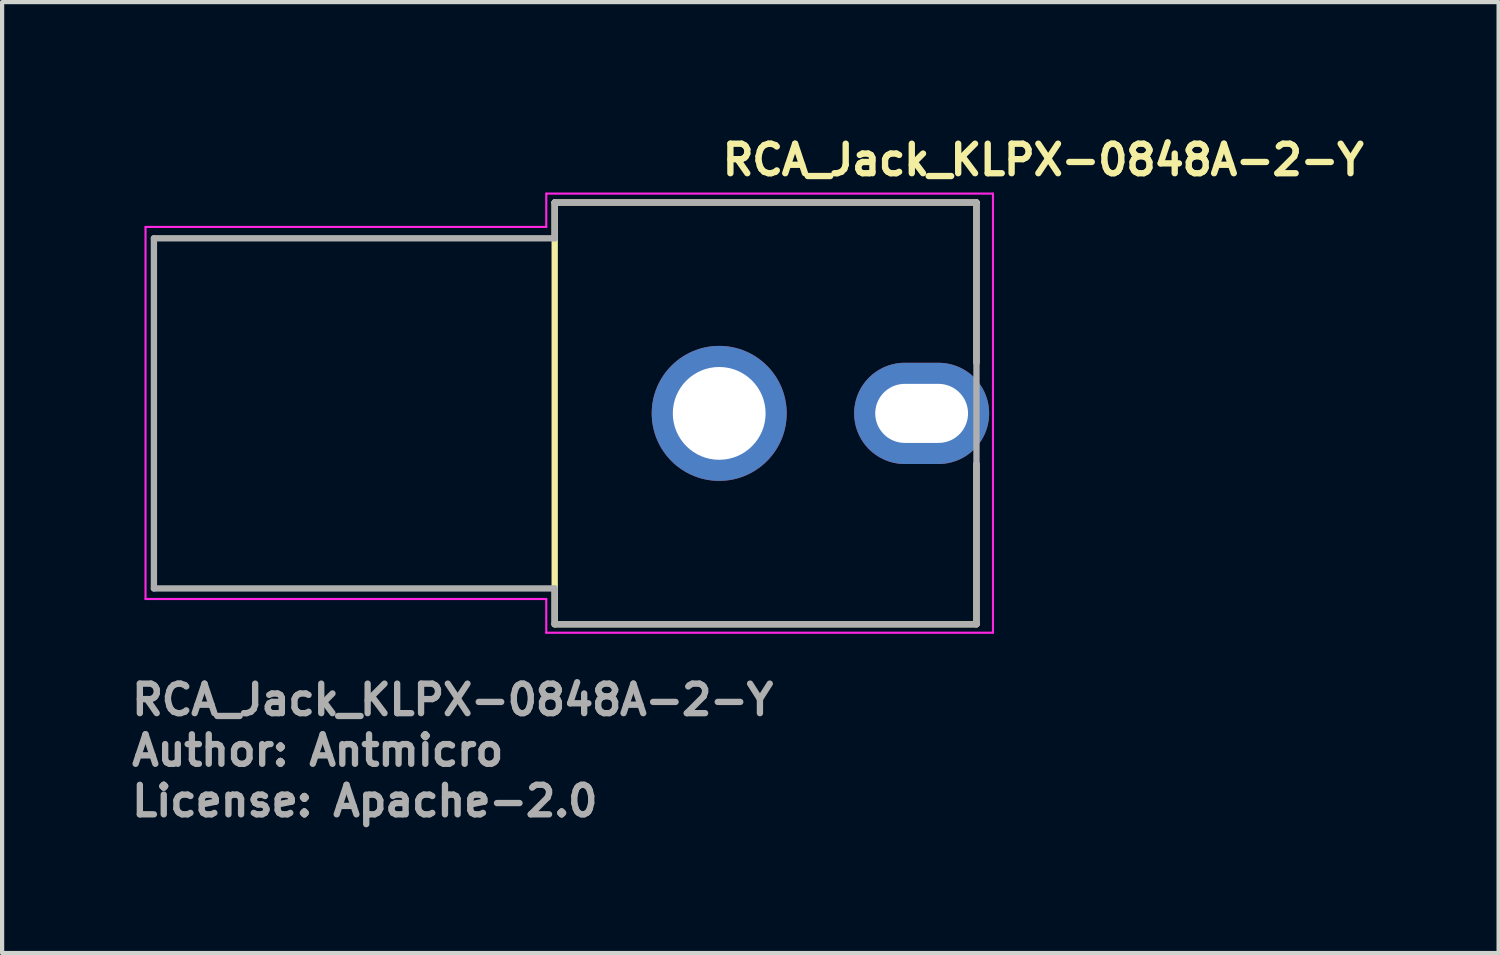
<source format=kicad_pcb>
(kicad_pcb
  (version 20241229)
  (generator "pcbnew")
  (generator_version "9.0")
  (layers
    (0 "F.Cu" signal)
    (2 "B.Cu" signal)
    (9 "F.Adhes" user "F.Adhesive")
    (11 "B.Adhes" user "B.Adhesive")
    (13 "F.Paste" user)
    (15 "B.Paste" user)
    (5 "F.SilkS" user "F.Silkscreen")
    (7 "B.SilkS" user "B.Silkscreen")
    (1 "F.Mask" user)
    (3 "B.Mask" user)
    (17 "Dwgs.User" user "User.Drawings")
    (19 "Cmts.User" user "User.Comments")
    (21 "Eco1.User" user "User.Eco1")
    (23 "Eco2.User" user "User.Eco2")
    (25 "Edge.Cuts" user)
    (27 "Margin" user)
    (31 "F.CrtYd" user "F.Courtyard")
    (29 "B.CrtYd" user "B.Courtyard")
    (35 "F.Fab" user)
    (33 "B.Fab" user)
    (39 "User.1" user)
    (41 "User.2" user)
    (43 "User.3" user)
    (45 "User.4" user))
  (footprint "RCA_Jack_KLPX-0848A-2-Y"
    (layer "F.Cu")
    (at 14 6.75)
    (property "Reference" "RCA_Jack_KLPX-0848A-2-Y" (at 0 -5.6 0) (unlocked yes) (layer "F.SilkS") (effects (font (size 0.7 0.7) (thickness 0.15)) (justify left bottom)))
    (attr through_hole)
    (fp_line (start -3.9 -5) (end -3.9 4.998) (stroke (width 0.15) (type solid)) (layer "F.SilkS"))
    (fp_line (start -3.9 -5) (end 6.099 -5) (stroke (width 0.15) (type solid)) (layer "F.SilkS"))
    (fp_line (start -3.9 4.998) (end 6.099 4.998) (stroke (width 0.15) (type solid)) (layer "F.SilkS"))
    (fp_line (start 6.099 -5) (end 6.099 -1.2) (stroke (width 0.15) (type solid)) (layer "F.SilkS"))
    (fp_line (start 6.099 4.998) (end 6.099 1.199) (stroke (width 0.15) (type solid)) (layer "F.SilkS"))
    (fp_line (start -13.6 -4.42) (end -4.1 -4.42) (stroke (width 0.05) (type solid)) (layer "F.CrtYd"))
    (fp_line (start -13.6 4.4) (end -13.6 -4.42) (stroke (width 0.05) (type solid)) (layer "F.CrtYd"))
    (fp_line (start -4.1 -5.21) (end 6.49 -5.21) (stroke (width 0.05) (type solid)) (layer "F.CrtYd"))
    (fp_line (start -4.1 -4.42) (end -4.1 -5.21) (stroke (width 0.05) (type solid)) (layer "F.CrtYd"))
    (fp_line (start -4.1 4.4) (end -13.6 4.4) (stroke (width 0.05) (type solid)) (layer "F.CrtYd"))
    (fp_line (start -4.1 5.2) (end -4.1 4.4) (stroke (width 0.05) (type solid)) (layer "F.CrtYd"))
    (fp_line (start 6.49 -5.21) (end 6.49 5.2) (stroke (width 0.05) (type solid)) (layer "F.CrtYd"))
    (fp_line (start 6.49 5.2) (end -4.1 5.2) (stroke (width 0.05) (type solid)) (layer "F.CrtYd"))
    (fp_line (start -13.401 -4.151) (end -13.401 4.15) (stroke (width 0.15) (type solid)) (layer "F.Fab"))
    (fp_line (start -13.401 -4.151) (end -3.9 -4.151) (stroke (width 0.15) (type solid)) (layer "F.Fab"))
    (fp_line (start -13.401 4.15) (end -3.9 4.15) (stroke (width 0.15) (type solid)) (layer "F.Fab"))
    (fp_line (start -3.9 -5) (end -3.9 -4.151) (stroke (width 0.15) (type solid)) (layer "F.Fab"))
    (fp_line (start -3.9 4.15) (end -3.9 4.998) (stroke (width 0.15) (type solid)) (layer "F.Fab"))
    (fp_line (start -3.9 4.998) (end 6.099 4.998) (stroke (width 0.15) (type solid)) (layer "F.Fab"))
    (fp_line (start 6.099 -5) (end -3.9 -5) (stroke (width 0.15) (type solid)) (layer "F.Fab"))
    (fp_line (start 6.099 4.998) (end 6.099 -5) (stroke (width 0.15) (type solid)) (layer "F.Fab"))
    (fp_rect (start 5.7 5) (end -13.899 -4.998) (stroke (width 0.1) (type solid)) (fill no) (layer "User.5"))
    (fp_line (start -13.899 -2.898) (end -13.897 -2.96) (stroke (width 0.02) (type solid)) (layer "User.9"))
    (fp_line (start -13.899 -2.826) (end -13.899 -2.898) (stroke (width 0.02) (type solid)) (layer "User.9"))
    (fp_line (start -13.899 -2.826) (end -13.899 -2.826) (stroke (width 0.02) (type solid)) (layer "User.9"))
    (fp_line (start -13.899 -2.612) (end -13.899 -2.826) (stroke (width 0.02) (type solid)) (layer "User.9"))
    (fp_line (start -13.899 -2.612) (end -13.899 -2.612) (stroke (width 0.02) (type solid)) (layer "User.9"))
    (fp_line (start -13.899 -2.266) (end -13.899 -2.612) (stroke (width 0.02) (type solid)) (layer "User.9"))
    (fp_line (start -13.899 -2.266) (end -13.899 -2.266) (stroke (width 0.02) (type solid)) (layer "User.9"))
    (fp_line (start -13.899 -2.148) (end -13.899 -2.096) (stroke (width 0.02) (type solid)) (layer "User.9"))
    (fp_line (start -13.899 -2.096) (end -13.899 -2.096) (stroke (width 0.02) (type solid)) (layer "User.9"))
    (fp_line (start -13.899 -2.096) (end -13.899 -1.937) (stroke (width 0.02) (type solid)) (layer "User.9"))
    (fp_line (start -13.899 -1.937) (end -13.899 -1.937) (stroke (width 0.02) (type solid)) (layer "User.9"))
    (fp_line (start -13.899 -1.937) (end -13.899 -1.679) (stroke (width 0.02) (type solid)) (layer "User.9"))
    (fp_line (start -13.899 -1.808) (end -13.899 -2.266) (stroke (width 0.02) (type solid)) (layer "User.9"))
    (fp_line (start -13.899 -1.808) (end -13.899 -1.808) (stroke (width 0.02) (type solid)) (layer "User.9"))
    (fp_line (start -13.899 -1.679) (end -13.899 -1.679) (stroke (width 0.02) (type solid)) (layer "User.9"))
    (fp_line (start -13.899 -1.679) (end -13.899 -1.34) (stroke (width 0.02) (type solid)) (layer "User.9"))
    (fp_line (start -13.899 -1.34) (end -13.899 -1.34) (stroke (width 0.02) (type solid)) (layer "User.9"))
    (fp_line (start -13.899 -1.34) (end -13.899 -0.932) (stroke (width 0.02) (type solid)) (layer "User.9"))
    (fp_line (start -13.899 -1.257) (end -13.899 -1.808) (stroke (width 0.02) (type solid)) (layer "User.9"))
    (fp_line (start -13.899 -1.257) (end -13.899 -1.257) (stroke (width 0.02) (type solid)) (layer "User.9"))
    (fp_line (start -13.899 -0.932) (end -13.899 -0.932) (stroke (width 0.02) (type solid)) (layer "User.9"))
    (fp_line (start -13.899 -0.932) (end -13.899 -0.478) (stroke (width 0.02) (type solid)) (layer "User.9"))
    (fp_line (start -13.899 -0.645) (end -13.899 -1.257) (stroke (width 0.02) (type solid)) (layer "User.9"))
    (fp_line (start -13.899 -0.645) (end -13.899 -0.645) (stroke (width 0.02) (type solid)) (layer "User.9"))
    (fp_line (start -13.899 -0.478) (end -13.899 -0.478) (stroke (width 0.02) (type solid)) (layer "User.9"))
    (fp_line (start -13.899 -0.478) (end -13.899 0) (stroke (width 0.02) (type solid)) (layer "User.9"))
    (fp_line (start -13.899 0) (end -13.899 -0.645) (stroke (width 0.02) (type solid)) (layer "User.9"))
    (fp_line (start -13.899 0) (end -13.899 0) (stroke (width 0.02) (type solid)) (layer "User.9"))
    (fp_line (start -13.899 0) (end -13.899 0) (stroke (width 0.02) (type solid)) (layer "User.9"))
    (fp_line (start -13.899 0) (end -13.899 0.48) (stroke (width 0.02) (type solid)) (layer "User.9"))
    (fp_line (start -13.899 0.48) (end -13.899 0.48) (stroke (width 0.02) (type solid)) (layer "User.9"))
    (fp_line (start -13.899 0.48) (end -13.899 0.934) (stroke (width 0.02) (type solid)) (layer "User.9"))
    (fp_line (start -13.899 0.647) (end -13.899 0) (stroke (width 0.02) (type solid)) (layer "User.9"))
    (fp_line (start -13.899 0.647) (end -13.899 0.647) (stroke (width 0.02) (type solid)) (layer "User.9"))
    (fp_line (start -13.899 0.934) (end -13.899 0.934) (stroke (width 0.02) (type solid)) (layer "User.9"))
    (fp_line (start -13.899 0.934) (end -13.899 1.341) (stroke (width 0.02) (type solid)) (layer "User.9"))
    (fp_line (start -13.899 1.26) (end -13.899 0.647) (stroke (width 0.02) (type solid)) (layer "User.9"))
    (fp_line (start -13.899 1.26) (end -13.899 1.26) (stroke (width 0.02) (type solid)) (layer "User.9"))
    (fp_line (start -13.899 1.341) (end -13.899 1.341) (stroke (width 0.02) (type solid)) (layer "User.9"))
    (fp_line (start -13.899 1.341) (end -13.899 1.682) (stroke (width 0.02) (type solid)) (layer "User.9"))
    (fp_line (start -13.899 1.682) (end -13.899 1.682) (stroke (width 0.02) (type solid)) (layer "User.9"))
    (fp_line (start -13.899 1.682) (end -13.899 1.938) (stroke (width 0.02) (type solid)) (layer "User.9"))
    (fp_line (start -13.899 1.809) (end -13.899 1.26) (stroke (width 0.02) (type solid)) (layer "User.9"))
    (fp_line (start -13.899 1.809) (end -13.899 1.809) (stroke (width 0.02) (type solid)) (layer "User.9"))
    (fp_line (start -13.899 1.938) (end -13.899 1.938) (stroke (width 0.02) (type solid)) (layer "User.9"))
    (fp_line (start -13.899 1.938) (end -13.899 2.097) (stroke (width 0.02) (type solid)) (layer "User.9"))
    (fp_line (start -13.899 2.097) (end -13.899 2.097) (stroke (width 0.02) (type solid)) (layer "User.9"))
    (fp_line (start -13.899 2.097) (end -13.899 2.15) (stroke (width 0.02) (type solid)) (layer "User.9"))
    (fp_line (start -13.899 2.269) (end -13.899 1.809) (stroke (width 0.02) (type solid)) (layer "User.9"))
    (fp_line (start -13.899 2.269) (end -13.899 2.269) (stroke (width 0.02) (type solid)) (layer "User.9"))
    (fp_line (start -13.899 2.613) (end -13.899 2.269) (stroke (width 0.02) (type solid)) (layer "User.9"))
    (fp_line (start -13.899 2.613) (end -13.899 2.613) (stroke (width 0.02) (type solid)) (layer "User.9"))
    (fp_line (start -13.899 2.828) (end -13.899 2.613) (stroke (width 0.02) (type solid)) (layer "User.9"))
    (fp_line (start -13.899 2.828) (end -13.899 2.828) (stroke (width 0.02) (type solid)) (layer "User.9"))
    (fp_line (start -13.899 2.9) (end -13.899 2.828) (stroke (width 0.02) (type solid)) (layer "User.9"))
    (fp_line (start -13.899 2.9) (end -13.897 2.963) (stroke (width 0.02) (type solid)) (layer "User.9"))
    (fp_line (start -13.897 -2.96) (end -13.892 -3.023) (stroke (width 0.02) (type solid)) (layer "User.9"))
    (fp_line (start -13.897 2.963) (end -13.892 3.024) (stroke (width 0.02) (type solid)) (layer "User.9"))
    (fp_line (start -13.892 -3.023) (end -13.886 -3.084) (stroke (width 0.02) (type solid)) (layer "User.9"))
    (fp_line (start -13.892 3.024) (end -13.886 3.085) (stroke (width 0.02) (type solid)) (layer "User.9"))
    (fp_line (start -13.886 -3.084) (end -13.875 -3.144) (stroke (width 0.02) (type solid)) (layer "User.9"))
    (fp_line (start -13.886 3.085) (end -13.875 3.146) (stroke (width 0.02) (type solid)) (layer "User.9"))
    (fp_line (start -13.875 -3.144) (end -13.862 -3.204) (stroke (width 0.02) (type solid)) (layer "User.9"))
    (fp_line (start -13.875 3.146) (end -13.862 3.206) (stroke (width 0.02) (type solid)) (layer "User.9"))
    (fp_line (start -13.862 -3.204) (end -13.844 -3.262) (stroke (width 0.02) (type solid)) (layer "User.9"))
    (fp_line (start -13.862 3.206) (end -13.844 3.265) (stroke (width 0.02) (type solid)) (layer "User.9"))
    (fp_line (start -13.844 -3.262) (end -13.825 -3.321) (stroke (width 0.02) (type solid)) (layer "User.9"))
    (fp_line (start -13.844 3.265) (end -13.825 3.322) (stroke (width 0.02) (type solid)) (layer "User.9"))
    (fp_line (start -13.825 -3.321) (end -13.804 -3.378) (stroke (width 0.02) (type solid)) (layer "User.9"))
    (fp_line (start -13.825 3.322) (end -13.804 3.379) (stroke (width 0.02) (type solid)) (layer "User.9"))
    (fp_line (start -13.804 -3.378) (end -13.78 -3.434) (stroke (width 0.02) (type solid)) (layer "User.9"))
    (fp_line (start -13.804 3.379) (end -13.78 3.435) (stroke (width 0.02) (type solid)) (layer "User.9"))
    (fp_line (start -13.78 -3.434) (end -13.751 -3.487) (stroke (width 0.02) (type solid)) (layer "User.9"))
    (fp_line (start -13.78 3.435) (end -13.751 3.489) (stroke (width 0.02) (type solid)) (layer "User.9"))
    (fp_line (start -13.751 -3.487) (end -13.721 -3.54) (stroke (width 0.02) (type solid)) (layer "User.9"))
    (fp_line (start -13.751 3.489) (end -13.721 3.543) (stroke (width 0.02) (type solid)) (layer "User.9"))
    (fp_line (start -13.721 -3.54) (end -13.689 -3.592) (stroke (width 0.02) (type solid)) (layer "User.9"))
    (fp_line (start -13.721 3.543) (end -13.689 3.594) (stroke (width 0.02) (type solid)) (layer "User.9"))
    (fp_line (start -13.689 -3.592) (end -13.653 -3.643) (stroke (width 0.02) (type solid)) (layer "User.9"))
    (fp_line (start -13.689 3.594) (end -13.653 3.645) (stroke (width 0.02) (type solid)) (layer "User.9"))
    (fp_line (start -13.653 -3.643) (end -13.615 -3.692) (stroke (width 0.02) (type solid)) (layer "User.9"))
    (fp_line (start -13.653 3.645) (end -13.615 3.693) (stroke (width 0.02) (type solid)) (layer "User.9"))
    (fp_line (start -13.615 -3.692) (end -13.575 -3.737) (stroke (width 0.02) (type solid)) (layer "User.9"))
    (fp_line (start -13.615 3.693) (end -13.575 3.739) (stroke (width 0.02) (type solid)) (layer "User.9"))
    (fp_line (start -13.575 -3.737) (end -13.533 -3.782) (stroke (width 0.02) (type solid)) (layer "User.9"))
    (fp_line (start -13.575 3.739) (end -13.533 3.785) (stroke (width 0.02) (type solid)) (layer "User.9"))
    (fp_line (start -13.533 -3.782) (end -13.533 -3.782) (stroke (width 0.02) (type solid)) (layer "User.9"))
    (fp_line (start -13.533 -3.782) (end -13.487 -3.825) (stroke (width 0.02) (type solid)) (layer "User.9"))
    (fp_line (start -13.533 3.785) (end -13.533 3.785) (stroke (width 0.02) (type solid)) (layer "User.9"))
    (fp_line (start -13.533 3.785) (end -13.487 3.827) (stroke (width 0.02) (type solid)) (layer "User.9"))
    (fp_line (start -13.487 -3.825) (end -13.442 -3.866) (stroke (width 0.02) (type solid)) (layer "User.9"))
    (fp_line (start -13.487 3.827) (end -13.442 3.867) (stroke (width 0.02) (type solid)) (layer "User.9"))
    (fp_line (start -13.442 -3.866) (end -13.392 -3.903) (stroke (width 0.02) (type solid)) (layer "User.9"))
    (fp_line (start -13.442 3.867) (end -13.392 3.906) (stroke (width 0.02) (type solid)) (layer "User.9"))
    (fp_line (start -13.392 -3.903) (end -13.343 -3.938) (stroke (width 0.02) (type solid)) (layer "User.9"))
    (fp_line (start -13.392 3.906) (end -13.343 3.94) (stroke (width 0.02) (type solid)) (layer "User.9"))
    (fp_line (start -13.343 -3.938) (end -13.291 -3.971) (stroke (width 0.02) (type solid)) (layer "User.9"))
    (fp_line (start -13.343 3.94) (end -13.291 3.973) (stroke (width 0.02) (type solid)) (layer "User.9"))
    (fp_line (start -13.291 -3.971) (end -13.237 -4.001) (stroke (width 0.02) (type solid)) (layer "User.9"))
    (fp_line (start -13.291 3.973) (end -13.237 4.004) (stroke (width 0.02) (type solid)) (layer "User.9"))
    (fp_line (start -13.237 -4.001) (end -13.184 -4.03) (stroke (width 0.02) (type solid)) (layer "User.9"))
    (fp_line (start -13.237 4.004) (end -13.184 4.031) (stroke (width 0.02) (type solid)) (layer "User.9"))
    (fp_line (start -13.184 -4.03) (end -13.128 -4.054) (stroke (width 0.02) (type solid)) (layer "User.9"))
    (fp_line (start -13.184 4.031) (end -13.128 4.055) (stroke (width 0.02) (type solid)) (layer "User.9"))
    (fp_line (start -13.128 -4.054) (end -13.07 -4.076) (stroke (width 0.02) (type solid)) (layer "User.9"))
    (fp_line (start -13.128 4.055) (end -13.07 4.077) (stroke (width 0.02) (type solid)) (layer "User.9"))
    (fp_line (start -13.07 -4.076) (end -13.012 -4.094) (stroke (width 0.02) (type solid)) (layer "User.9"))
    (fp_line (start -13.07 4.077) (end -13.012 4.096) (stroke (width 0.02) (type solid)) (layer "User.9"))
    (fp_line (start -13.012 -4.094) (end -12.953 -4.112) (stroke (width 0.02) (type solid)) (layer "User.9"))
    (fp_line (start -13.012 4.096) (end -12.953 4.114) (stroke (width 0.02) (type solid)) (layer "User.9"))
    (fp_line (start -12.953 -4.112) (end -12.894 -4.124) (stroke (width 0.02) (type solid)) (layer "User.9"))
    (fp_line (start -12.953 4.114) (end -12.894 4.127) (stroke (width 0.02) (type solid)) (layer "User.9"))
    (fp_line (start -12.894 -4.124) (end -12.833 -4.136) (stroke (width 0.02) (type solid)) (layer "User.9"))
    (fp_line (start -12.894 4.127) (end -12.833 4.138) (stroke (width 0.02) (type solid)) (layer "User.9"))
    (fp_line (start -12.833 -4.136) (end -12.772 -4.142) (stroke (width 0.02) (type solid)) (layer "User.9"))
    (fp_line (start -12.833 4.138) (end -12.772 4.145) (stroke (width 0.02) (type solid)) (layer "User.9"))
    (fp_line (start -12.772 -4.142) (end -12.711 -4.147) (stroke (width 0.02) (type solid)) (layer "User.9"))
    (fp_line (start -12.772 4.145) (end -12.711 4.149) (stroke (width 0.02) (type solid)) (layer "User.9"))
    (fp_line (start -12.711 -4.147) (end -12.649 -4.15) (stroke (width 0.02) (type solid)) (layer "User.9"))
    (fp_line (start -12.711 4.149) (end -12.649 4.151) (stroke (width 0.02) (type solid)) (layer "User.9"))
    (fp_line (start -12.649 -4.15) (end -4.4 -4.15) (stroke (width 0.02) (type solid)) (layer "User.9"))
    (fp_line (start -12.649 4.151) (end -4.4 4.151) (stroke (width 0.02) (type solid)) (layer "User.9"))
    (fp_line (start -4.4 -1.999) (end -4.4 -4.998) (stroke (width 0.02) (type solid)) (layer "User.9"))
    (fp_line (start -4.4 5) (end -4.4 2) (stroke (width 0.02) (type solid)) (layer "User.9"))
    (fp_line (start -3.8 2) (end -3.8 -1.999) (stroke (width 0.02) (type solid)) (layer "User.9"))
    (fp_line (start -3.399 -0.824) (end -3.399 -1.999) (stroke (width 0.02) (type solid)) (layer "User.9"))
    (fp_line (start -3.399 0.826) (end -3.399 -0.824) (stroke (width 0.02) (type solid)) (layer "User.9"))
    (fp_line (start -3.399 2) (end -3.399 0.826) (stroke (width 0.02) (type solid)) (layer "User.9"))
    (fp_line (start 1.601 2) (end 1.601 -1.999) (stroke (width 0.02) (type solid)) (layer "User.9"))
    (fp_line (start 3.822 0.3) (end 3.822 -0.298) (stroke (width 0.02) (type solid)) (layer "User.9"))
    (fp_line (start 4.601 -1.999) (end 4.601 -0.298) (stroke (width 0.02) (type solid)) (layer "User.9"))
    (fp_line (start 4.601 0.3) (end 4.601 2) (stroke (width 0.02) (type solid)) (layer "User.9"))
    (fp_line (start 4.62 -0.298) (end 3.822 -0.298) (stroke (width 0.02) (type solid)) (layer "User.9"))
    (fp_line (start 4.62 0.3) (end 3.822 0.3) (stroke (width 0.02) (type solid)) (layer "User.9"))
    (fp_line (start 4.62 0.3) (end 4.62 -0.298) (stroke (width 0.02) (type solid)) (layer "User.9"))
    (fp_line (start 5.601 -4.998) (end -4.4 -4.998) (stroke (width 0.02) (type solid)) (layer "User.9"))
    (fp_line (start 5.601 -1.999) (end -4.4 -1.999) (stroke (width 0.02) (type solid)) (layer "User.9"))
    (fp_line (start 5.601 -1.999) (end 5.601 -4.998) (stroke (width 0.02) (type solid)) (layer "User.9"))
    (fp_line (start 5.601 -1.999) (end 5.601 -1.648) (stroke (width 0.02) (type solid)) (layer "User.9"))
    (fp_line (start 5.601 -1.648) (end 4.601 -1.648) (stroke (width 0.02) (type solid)) (layer "User.9"))
    (fp_line (start 5.601 1.651) (end 4.601 1.651) (stroke (width 0.02) (type solid)) (layer "User.9"))
    (fp_line (start 5.601 1.651) (end 5.601 2) (stroke (width 0.02) (type solid)) (layer "User.9"))
    (fp_line (start 5.601 2) (end -4.4 2) (stroke (width 0.02) (type solid)) (layer "User.9"))
    (fp_line (start 5.601 5) (end -4.4 5) (stroke (width 0.02) (type solid)) (layer "User.9"))
    (fp_line (start 5.601 5) (end 5.601 2) (stroke (width 0.02) (type solid)) (layer "User.9"))
    (fp_line (start 5.7 -0.298) (end 4.62 -0.298) (stroke (width 0.02) (type solid)) (layer "User.9"))
    (fp_line (start 5.7 0.3) (end 4.62 0.3) (stroke (width 0.02) (type solid)) (layer "User.9"))
    (fp_line (start 5.7 0.3) (end 5.7 -0.298) (stroke (width 0.02) (type solid)) (layer "User.9"))
    (fp_text user "License: Apache-2.0" (at -14 9.598 0) (layer "F.Fab") (effects (font (size 0.7 0.7) (thickness 0.15)) (justify left bottom)))
    (fp_text user "Author: Antmicro" (at -14 8.4 0) (layer "F.Fab") (effects (font (size 0.7 0.7) (thickness 0.15)) (justify left bottom)))
    (fp_text user "${REFERENCE}" (at -14 7.2 0) (unlocked yes) (layer "F.Fab") (effects (font (size 0.7 0.7) (thickness 0.15)) (justify left bottom)))
    (pad "1" thru_hole oval (at 4.799 0 90) (size 2.4 3.2) (drill oval 1.4 2.2) (layers "*.Cu" "*.Mask"))
    (pad "2" thru_hole circle (at 0 0) (size 3.2 3.2) (drill 2.2) (layers "*.Cu" "*.Mask")))
  (gr_rect
    (start -3 -3)
    (end 32.477 19.544)
    (stroke (width 0.1) (type default))
    (fill no)
    (layer "Edge.Cuts")))
</source>
